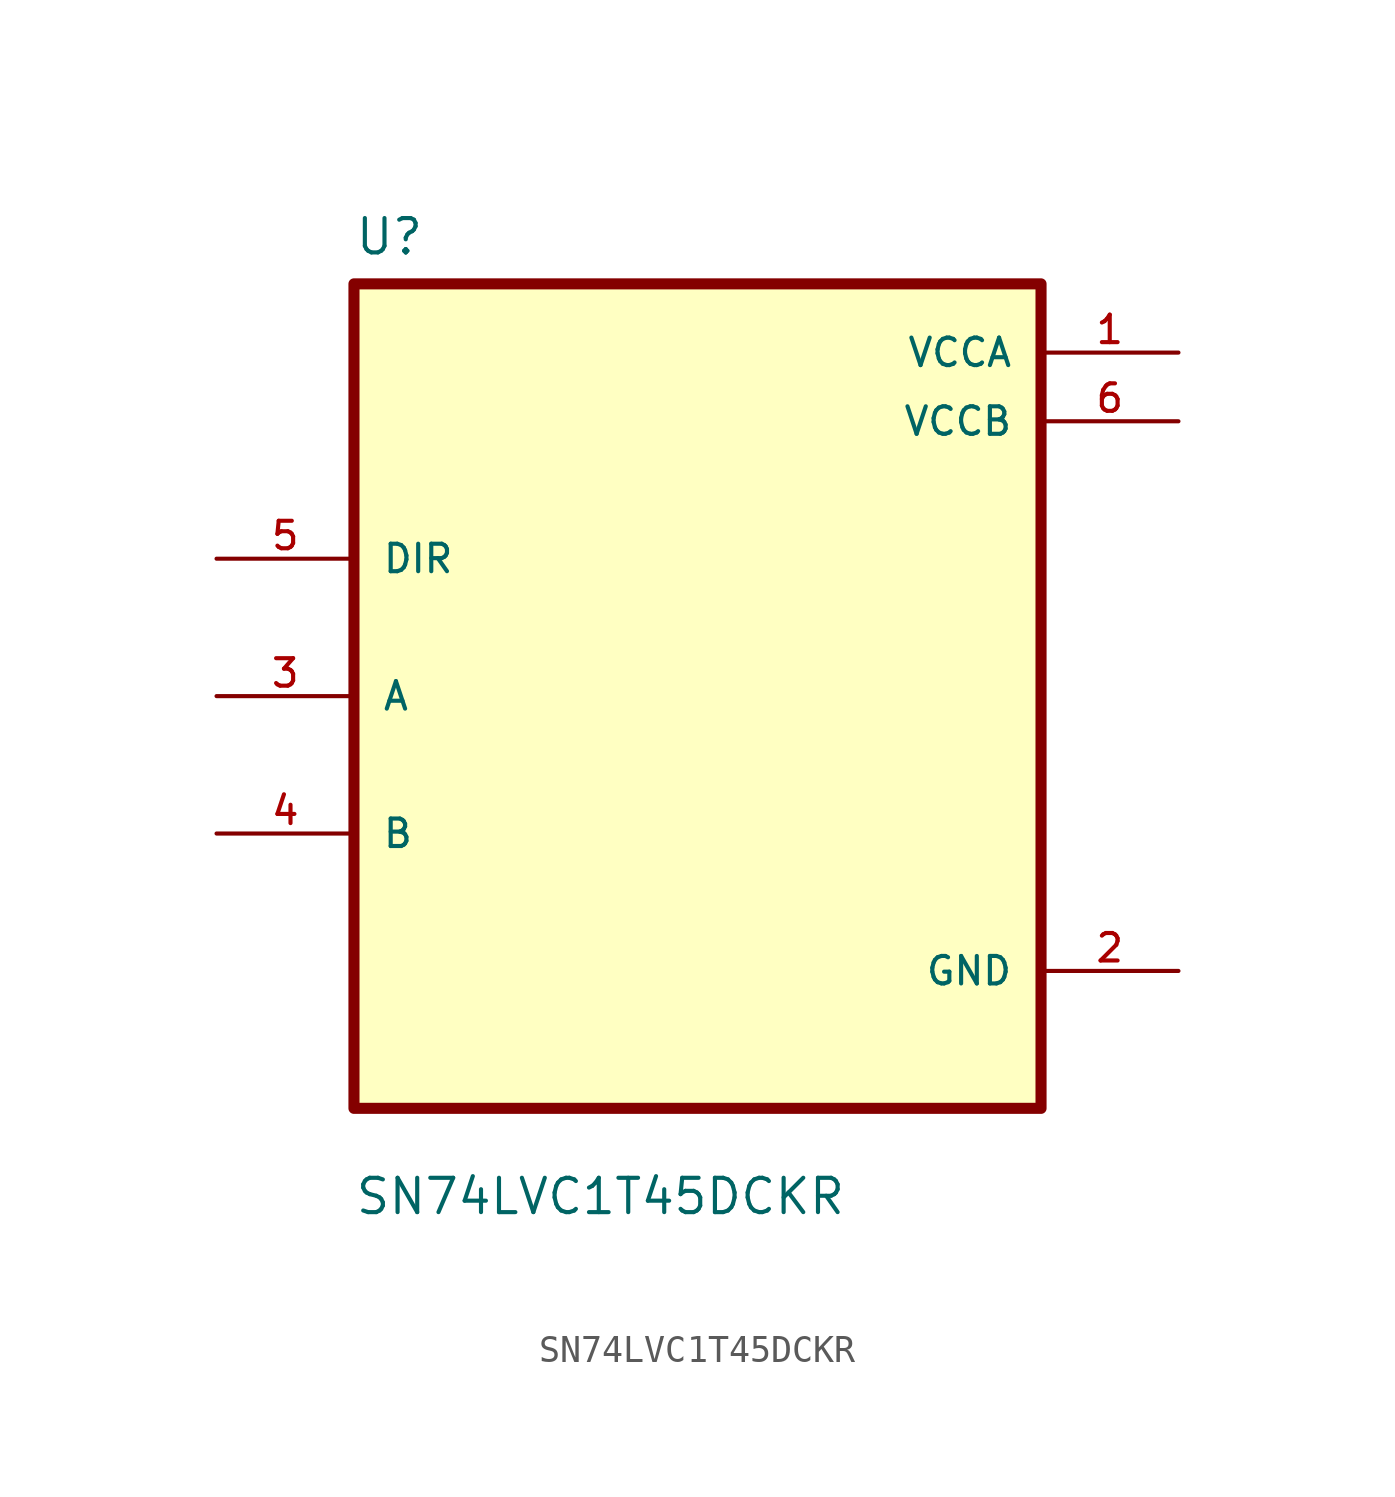
<source format=kicad_sym>
(kicad_symbol_lib
  (version 20211014)
  (generator kicad_symbol_editor)
  (symbol "SN74LVC1T45DCKR"
    (pin_names
      (offset 1.016))
    (property "Reference" "U"
      (at -12.7 16.24 0.0)
      (effects (font (size 1.27 1.27)) (justify bottom left)))
    (property "Value" "SN74LVC1T45DCKR"
      (at -12.7 -19.24 0.0)
      (effects (font (size 1.27 1.27)) (justify bottom left)))
    (symbol "SN74LVC1T45DCKR_0_0"
      (rectangle (start -12.7 -15.24) (end 12.7 15.24) (stroke (width 0.41)) (fill (type background)))
      (pin input line (at -17.78 5.08 0) (length 5.08) (name "DIR" (effects (font (size 1.016 1.016)))) (number "5" (effects (font (size 1.016 1.016)))))
      (pin bidirectional line (at -17.78 0.0 0) (length 5.08) (name "A" (effects (font (size 1.016 1.016)))) (number "3" (effects (font (size 1.016 1.016)))))
      (pin bidirectional line (at -17.78 -5.08 0) (length 5.08) (name "B" (effects (font (size 1.016 1.016)))) (number "4" (effects (font (size 1.016 1.016)))))
      (pin power_in line (at 17.78 12.7 180.0) (length 5.08) (name "VCCA" (effects (font (size 1.016 1.016)))) (number "1" (effects (font (size 1.016 1.016)))))
      (pin power_in line (at 17.78 10.16 180.0) (length 5.08) (name "VCCB" (effects (font (size 1.016 1.016)))) (number "6" (effects (font (size 1.016 1.016)))))
      (pin power_in line (at 17.78 -10.16 180.0) (length 5.08) (name "GND" (effects (font (size 1.016 1.016)))) (number "2" (effects (font (size 1.016 1.016))))))))
</source>
